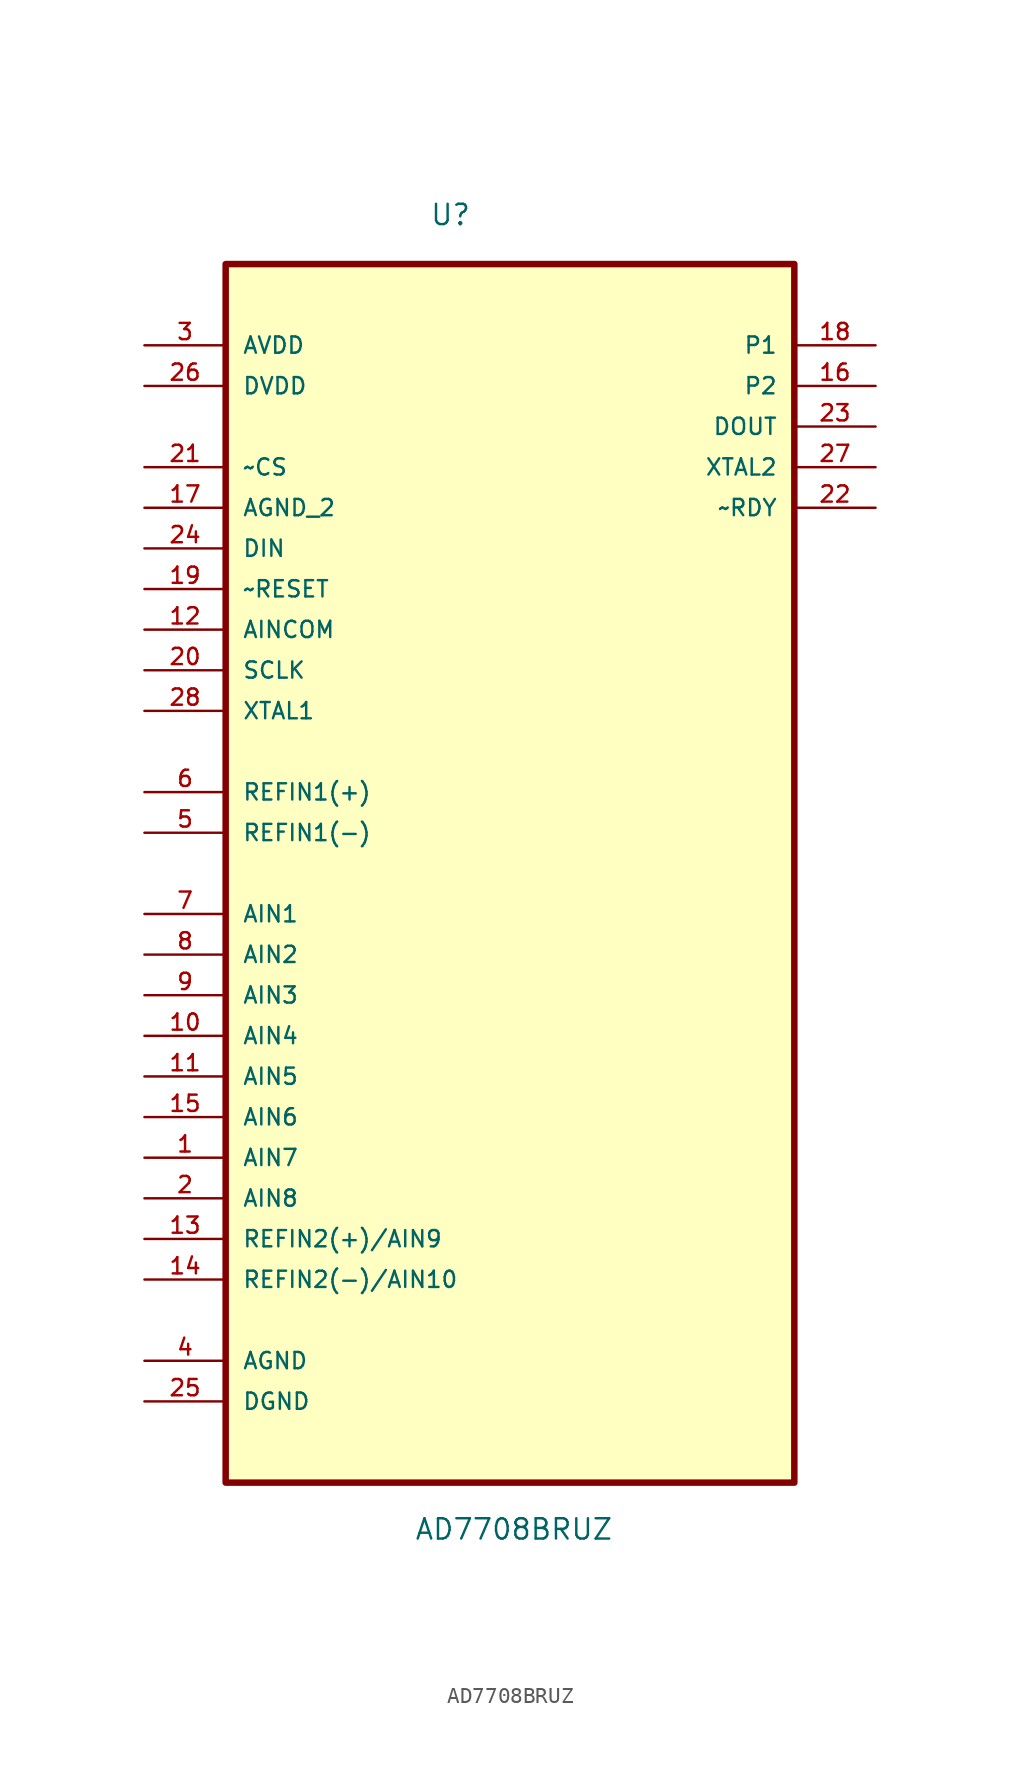
<source format=kicad_sym>
(kicad_symbol_lib
  (version 20211014)
  (generator kicad_symbol_editor)
  (symbol "AD7708BRUZ"
    (pin_names
      (offset 1.016))
    (property "Reference" "U"
      (at -5.029 37.897 0.0)
      (effects (font (size 1.27 1.27)) (justify bottom left)))
    (property "Value" "AD7708BRUZ"
      (at -5.994 -44.298 0.0)
      (effects (font (size 1.27 1.27)) (justify bottom left)))
    (symbol "AD7708BRUZ_0_0"
      (rectangle (start -17.78 -40.64) (end 17.78 35.56) (stroke (width 0.406)) (fill (type background)))
      (pin power_in line (at -22.86 30.48 0) (length 5.08) (name "AVDD" (effects (font (size 1.016 1.016)))) (number "3" (effects (font (size 1.016 1.016)))))
      (pin power_in line (at -22.86 27.94 0) (length 5.08) (name "DVDD" (effects (font (size 1.016 1.016)))) (number "26" (effects (font (size 1.016 1.016)))))
      (pin input line (at -22.86 22.86 0) (length 5.08) (name "~CS" (effects (font (size 1.016 1.016)))) (number "21" (effects (font (size 1.016 1.016)))))
      (pin passive line (at -22.86 20.32 0) (length 5.08) (name "AGND_2" (effects (font (size 1.016 1.016)))) (number "17" (effects (font (size 1.016 1.016)))))
      (pin input line (at -22.86 17.78 0) (length 5.08) (name "DIN" (effects (font (size 1.016 1.016)))) (number "24" (effects (font (size 1.016 1.016)))))
      (pin input line (at -22.86 15.24 0) (length 5.08) (name "~RESET" (effects (font (size 1.016 1.016)))) (number "19" (effects (font (size 1.016 1.016)))))
      (pin input line (at -22.86 12.7 0) (length 5.08) (name "AINCOM" (effects (font (size 1.016 1.016)))) (number "12" (effects (font (size 1.016 1.016)))))
      (pin input line (at -22.86 10.16 0) (length 5.08) (name "SCLK" (effects (font (size 1.016 1.016)))) (number "20" (effects (font (size 1.016 1.016)))))
      (pin input line (at -22.86 7.62 0) (length 5.08) (name "XTAL1" (effects (font (size 1.016 1.016)))) (number "28" (effects (font (size 1.016 1.016)))))
      (pin input line (at -22.86 2.54 0) (length 5.08) (name "REFIN1(+)" (effects (font (size 1.016 1.016)))) (number "6" (effects (font (size 1.016 1.016)))))
      (pin input line (at -22.86 0.0 0) (length 5.08) (name "REFIN1(-)" (effects (font (size 1.016 1.016)))) (number "5" (effects (font (size 1.016 1.016)))))
      (pin input line (at -22.86 -5.08 0) (length 5.08) (name "AIN1" (effects (font (size 1.016 1.016)))) (number "7" (effects (font (size 1.016 1.016)))))
      (pin input line (at -22.86 -7.62 0) (length 5.08) (name "AIN2" (effects (font (size 1.016 1.016)))) (number "8" (effects (font (size 1.016 1.016)))))
      (pin input line (at -22.86 -10.16 0) (length 5.08) (name "AIN3" (effects (font (size 1.016 1.016)))) (number "9" (effects (font (size 1.016 1.016)))))
      (pin input line (at -22.86 -12.7 0) (length 5.08) (name "AIN4" (effects (font (size 1.016 1.016)))) (number "10" (effects (font (size 1.016 1.016)))))
      (pin input line (at -22.86 -15.24 0) (length 5.08) (name "AIN5" (effects (font (size 1.016 1.016)))) (number "11" (effects (font (size 1.016 1.016)))))
      (pin input line (at -22.86 -17.78 0) (length 5.08) (name "AIN6" (effects (font (size 1.016 1.016)))) (number "15" (effects (font (size 1.016 1.016)))))
      (pin input line (at -22.86 -20.32 0) (length 5.08) (name "AIN7" (effects (font (size 1.016 1.016)))) (number "1" (effects (font (size 1.016 1.016)))))
      (pin input line (at -22.86 -22.86 0) (length 5.08) (name "AIN8" (effects (font (size 1.016 1.016)))) (number "2" (effects (font (size 1.016 1.016)))))
      (pin input line (at -22.86 -25.4 0) (length 5.08) (name "REFIN2(+)/AIN9" (effects (font (size 1.016 1.016)))) (number "13" (effects (font (size 1.016 1.016)))))
      (pin input line (at -22.86 -27.94 0) (length 5.08) (name "REFIN2(-)/AIN10" (effects (font (size 1.016 1.016)))) (number "14" (effects (font (size 1.016 1.016)))))
      (pin passive line (at -22.86 -33.02 0) (length 5.08) (name "AGND" (effects (font (size 1.016 1.016)))) (number "4" (effects (font (size 1.016 1.016)))))
      (pin passive line (at -22.86 -35.56 0) (length 5.08) (name "DGND" (effects (font (size 1.016 1.016)))) (number "25" (effects (font (size 1.016 1.016)))))
      (pin bidirectional line (at 22.86 30.48 180.0) (length 5.08) (name "P1" (effects (font (size 1.016 1.016)))) (number "18" (effects (font (size 1.016 1.016)))))
      (pin bidirectional line (at 22.86 27.94 180.0) (length 5.08) (name "P2" (effects (font (size 1.016 1.016)))) (number "16" (effects (font (size 1.016 1.016)))))
      (pin output line (at 22.86 25.4 180.0) (length 5.08) (name "DOUT" (effects (font (size 1.016 1.016)))) (number "23" (effects (font (size 1.016 1.016)))))
      (pin output line (at 22.86 22.86 180.0) (length 5.08) (name "XTAL2" (effects (font (size 1.016 1.016)))) (number "27" (effects (font (size 1.016 1.016)))))
      (pin output line (at 22.86 20.32 180.0) (length 5.08) (name "~RDY" (effects (font (size 1.016 1.016)))) (number "22" (effects (font (size 1.016 1.016))))))))
</source>
